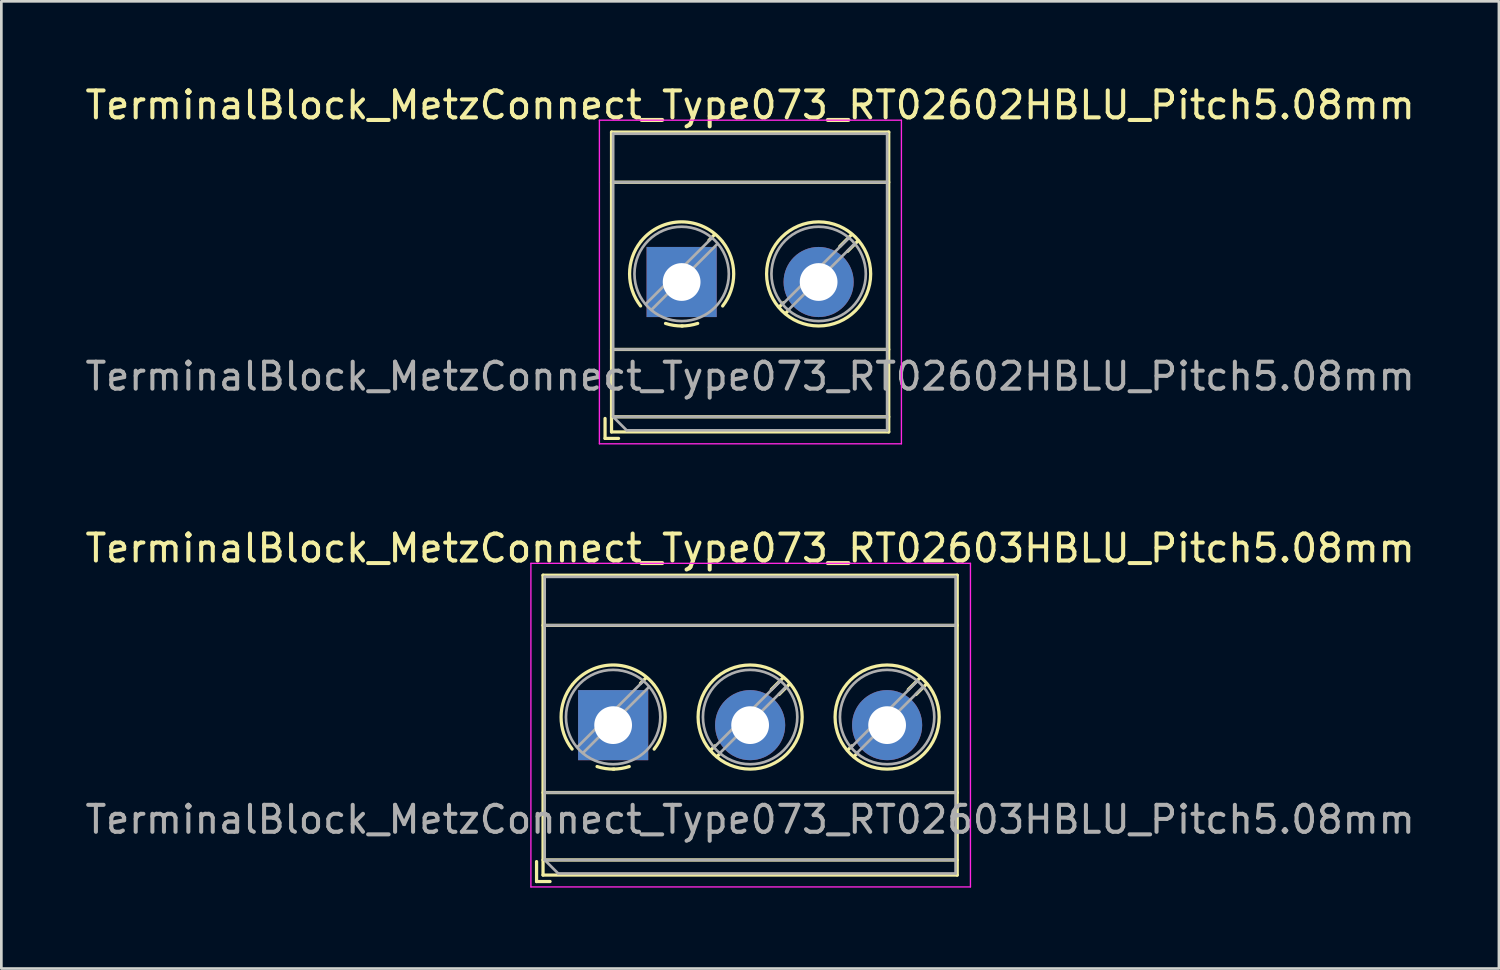
<source format=kicad_pcb>
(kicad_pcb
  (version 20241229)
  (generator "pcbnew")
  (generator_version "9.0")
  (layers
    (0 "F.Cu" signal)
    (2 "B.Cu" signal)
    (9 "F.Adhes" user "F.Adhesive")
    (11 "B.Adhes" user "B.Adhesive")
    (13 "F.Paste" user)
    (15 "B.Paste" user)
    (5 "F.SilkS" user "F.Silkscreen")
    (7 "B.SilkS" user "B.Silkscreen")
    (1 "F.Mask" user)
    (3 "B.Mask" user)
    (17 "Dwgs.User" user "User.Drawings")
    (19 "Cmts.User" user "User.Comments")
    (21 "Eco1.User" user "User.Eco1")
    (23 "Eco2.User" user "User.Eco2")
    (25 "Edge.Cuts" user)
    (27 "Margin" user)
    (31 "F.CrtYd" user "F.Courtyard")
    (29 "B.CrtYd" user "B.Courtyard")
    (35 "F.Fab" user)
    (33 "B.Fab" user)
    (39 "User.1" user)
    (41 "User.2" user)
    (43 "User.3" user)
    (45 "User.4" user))
  (footprint "TerminalBlock_MetzConnect_Type073_RT02602HBLU_Pitch5.08mm"
    (layer "F.Cu")
    (at 22.228 7.408)
    (property "Reference" "TerminalBlock_MetzConnect_Type073_RT02602HBLU_Pitch5.08mm" (at 2.54 -6.56 0) (layer "F.SilkS") (effects (font (size 1 1) (thickness 0.15))))
    (attr through_hole)
    (fp_line (start -2.84 5.06) (end -2.84 5.8) (stroke (width 0.12) (type solid)) (layer "F.SilkS"))
    (fp_line (start -2.84 5.8) (end -2.34 5.8) (stroke (width 0.12) (type solid)) (layer "F.SilkS"))
    (fp_line (start -2.6 -5.56) (end -2.6 5.56) (stroke (width 0.12) (type solid)) (layer "F.SilkS"))
    (fp_line (start -2.6 -3.7) (end 7.68 -3.7) (stroke (width 0.12) (type solid)) (layer "F.SilkS"))
    (fp_line (start -2.6 2.5) (end 7.68 2.5) (stroke (width 0.12) (type solid)) (layer "F.SilkS"))
    (fp_line (start -2.6 5) (end 7.68 5) (stroke (width 0.12) (type solid)) (layer "F.SilkS"))
    (fp_line (start -2.6 5.56) (end 7.68 5.56) (stroke (width 0.12) (type solid)) (layer "F.SilkS"))
    (fp_line (start 1.229 -1.764) (end 1.013 -1.549) (stroke (width 0.12) (type solid)) (layer "F.SilkS"))
    (fp_line (start 3.778 0.767) (end 3.617 0.928) (stroke (width 0.12) (type solid)) (layer "F.SilkS"))
    (fp_line (start 3.973 1.043) (end 3.852 1.164) (stroke (width 0.12) (type solid)) (layer "F.SilkS"))
    (fp_line (start 6.309 -1.764) (end 5.865 -1.32) (stroke (width 0.12) (type solid)) (layer "F.SilkS"))
    (fp_line (start 6.544 -1.529) (end 6.154 -1.138) (stroke (width 0.12) (type solid)) (layer "F.SilkS"))
    (fp_line (start 7.68 -5.56) (end -2.6 -5.56) (stroke (width 0.12) (type solid)) (layer "F.SilkS"))
    (fp_line (start 7.68 5.56) (end 7.68 -5.56) (stroke (width 0.12) (type solid)) (layer "F.SilkS"))
    (fp_arc (start -1.521645 0.888175) (mid -1.930586 -0.300524) (end -1.521 -1.489) (stroke (width 0.12) (type solid)) (layer "F.SilkS"))
    (fp_arc (start -1.500317 -1.514609) (mid -0.000252 -2.230344) (end 1.5 -1.515) (stroke (width 0.12) (type solid)) (layer "F.SilkS"))
    (fp_arc (start 0.033269 1.630336) (mid -0.285785 1.609354) (end -0.597 1.536) (stroke (width 0.12) (type solid)) (layer "F.SilkS"))
    (fp_arc (start 0.596403 1.535539) (mid 0.301919 1.606238) (end 0 1.63) (stroke (width 0.12) (type solid)) (layer "F.SilkS"))
    (fp_arc (start 1.521645 -1.488175) (mid 1.930586 -0.299476) (end 1.521 0.889) (stroke (width 0.12) (type solid)) (layer "F.SilkS"))
    (fp_circle (center 5.08 -0.3) (end 7.01 -0.3) (stroke (width 0.12) (type solid)) (fill no) (layer "F.SilkS"))
    (fp_line (start -3.05 -6) (end -3.05 6) (stroke (width 0.05) (type solid)) (layer "F.CrtYd"))
    (fp_line (start -3.05 6) (end 8.15 6) (stroke (width 0.05) (type solid)) (layer "F.CrtYd"))
    (fp_line (start 8.15 -6) (end -3.05 -6) (stroke (width 0.05) (type solid)) (layer "F.CrtYd"))
    (fp_line (start 8.15 6) (end 8.15 -6) (stroke (width 0.05) (type solid)) (layer "F.CrtYd"))
    (fp_line (start -2.54 -5.5) (end 7.62 -5.5) (stroke (width 0.1) (type solid)) (layer "F.Fab"))
    (fp_line (start -2.54 -3.7) (end 7.62 -3.7) (stroke (width 0.1) (type solid)) (layer "F.Fab"))
    (fp_line (start -2.54 2.5) (end 7.62 2.5) (stroke (width 0.1) (type solid)) (layer "F.Fab"))
    (fp_line (start -2.54 5) (end -2.54 -5.5) (stroke (width 0.1) (type solid)) (layer "F.Fab"))
    (fp_line (start -2.54 5) (end 7.62 5) (stroke (width 0.1) (type solid)) (layer "F.Fab"))
    (fp_line (start -2.04 5.5) (end -2.54 5) (stroke (width 0.1) (type solid)) (layer "F.Fab"))
    (fp_line (start 1.114 -1.628) (end -1.328 0.814) (stroke (width 0.1) (type solid)) (layer "F.Fab"))
    (fp_line (start 1.328 -1.414) (end -1.114 1.027) (stroke (width 0.1) (type solid)) (layer "F.Fab"))
    (fp_line (start 6.194 -1.628) (end 3.753 0.814) (stroke (width 0.1) (type solid)) (layer "F.Fab"))
    (fp_line (start 6.408 -1.414) (end 3.967 1.027) (stroke (width 0.1) (type solid)) (layer "F.Fab"))
    (fp_line (start 7.62 -5.5) (end 7.62 5.5) (stroke (width 0.1) (type solid)) (layer "F.Fab"))
    (fp_line (start 7.62 5.5) (end -2.04 5.5) (stroke (width 0.1) (type solid)) (layer "F.Fab"))
    (fp_circle (center 0 -0.3) (end 1.75 -0.3) (stroke (width 0.1) (type solid)) (fill no) (layer "F.Fab"))
    (fp_circle (center 5.08 -0.3) (end 6.83 -0.3) (stroke (width 0.1) (type solid)) (fill no) (layer "F.Fab"))
    (fp_text user "${REFERENCE}" (at 2.54 3.5 0) (layer "F.Fab") (effects (font (size 1 1) (thickness 0.15))))
    (pad "1" thru_hole rect (at 0 0) (size 2.6 2.6) (drill 1.4) (layers "*.Cu" "*.Mask"))
    (pad "2" thru_hole oval (at 5.08 0) (size 2.6 2.6) (drill 1.4) (layers "*.Cu" "*.Mask")))
  (footprint "TerminalBlock_MetzConnect_Type073_RT02603HBLU_Pitch5.08mm"
    (layer "F.Cu")
    (at 19.688 23.841)
    (property "Reference" "TerminalBlock_MetzConnect_Type073_RT02603HBLU_Pitch5.08mm" (at 5.08 -6.56 0) (layer "F.SilkS") (effects (font (size 1 1) (thickness 0.15))))
    (attr through_hole)
    (fp_line (start -2.84 5.06) (end -2.84 5.8) (stroke (width 0.12) (type solid)) (layer "F.SilkS"))
    (fp_line (start -2.84 5.8) (end -2.34 5.8) (stroke (width 0.12) (type solid)) (layer "F.SilkS"))
    (fp_line (start -2.6 -5.56) (end -2.6 5.56) (stroke (width 0.12) (type solid)) (layer "F.SilkS"))
    (fp_line (start -2.6 -3.7) (end 12.76 -3.7) (stroke (width 0.12) (type solid)) (layer "F.SilkS"))
    (fp_line (start -2.6 2.5) (end 12.76 2.5) (stroke (width 0.12) (type solid)) (layer "F.SilkS"))
    (fp_line (start -2.6 5) (end 12.76 5) (stroke (width 0.12) (type solid)) (layer "F.SilkS"))
    (fp_line (start -2.6 5.56) (end 12.76 5.56) (stroke (width 0.12) (type solid)) (layer "F.SilkS"))
    (fp_line (start 1.229 -1.764) (end 1.013 -1.549) (stroke (width 0.12) (type solid)) (layer "F.SilkS"))
    (fp_line (start 3.778 0.767) (end 3.617 0.928) (stroke (width 0.12) (type solid)) (layer "F.SilkS"))
    (fp_line (start 3.973 1.043) (end 3.852 1.164) (stroke (width 0.12) (type solid)) (layer "F.SilkS"))
    (fp_line (start 6.309 -1.764) (end 5.865 -1.32) (stroke (width 0.12) (type solid)) (layer "F.SilkS"))
    (fp_line (start 6.544 -1.529) (end 6.154 -1.138) (stroke (width 0.12) (type solid)) (layer "F.SilkS"))
    (fp_line (start 8.858 0.767) (end 8.697 0.928) (stroke (width 0.12) (type solid)) (layer "F.SilkS"))
    (fp_line (start 9.053 1.043) (end 8.932 1.164) (stroke (width 0.12) (type solid)) (layer "F.SilkS"))
    (fp_line (start 11.389 -1.764) (end 10.945 -1.32) (stroke (width 0.12) (type solid)) (layer "F.SilkS"))
    (fp_line (start 11.624 -1.529) (end 11.234 -1.138) (stroke (width 0.12) (type solid)) (layer "F.SilkS"))
    (fp_line (start 12.76 -5.56) (end -2.6 -5.56) (stroke (width 0.12) (type solid)) (layer "F.SilkS"))
    (fp_line (start 12.76 5.56) (end 12.76 -5.56) (stroke (width 0.12) (type solid)) (layer "F.SilkS"))
    (fp_arc (start -1.521645 0.888175) (mid -1.930586 -0.300524) (end -1.521 -1.489) (stroke (width 0.12) (type solid)) (layer "F.SilkS"))
    (fp_arc (start -1.500317 -1.514609) (mid -0.000252 -2.230344) (end 1.5 -1.515) (stroke (width 0.12) (type solid)) (layer "F.SilkS"))
    (fp_arc (start 0.033269 1.630336) (mid -0.285785 1.609354) (end -0.597 1.536) (stroke (width 0.12) (type solid)) (layer "F.SilkS"))
    (fp_arc (start 0.596403 1.535539) (mid 0.301919 1.606238) (end 0 1.63) (stroke (width 0.12) (type solid)) (layer "F.SilkS"))
    (fp_arc (start 1.521645 -1.488175) (mid 1.930586 -0.299476) (end 1.521 0.889) (stroke (width 0.12) (type solid)) (layer "F.SilkS"))
    (fp_circle (center 5.08 -0.3) (end 7.01 -0.3) (stroke (width 0.12) (type solid)) (fill no) (layer "F.SilkS"))
    (fp_circle (center 10.16 -0.3) (end 12.09 -0.3) (stroke (width 0.12) (type solid)) (fill no) (layer "F.SilkS"))
    (fp_line (start -3.05 -6) (end -3.05 6) (stroke (width 0.05) (type solid)) (layer "F.CrtYd"))
    (fp_line (start -3.05 6) (end 13.25 6) (stroke (width 0.05) (type solid)) (layer "F.CrtYd"))
    (fp_line (start 13.25 -6) (end -3.05 -6) (stroke (width 0.05) (type solid)) (layer "F.CrtYd"))
    (fp_line (start 13.25 6) (end 13.25 -6) (stroke (width 0.05) (type solid)) (layer "F.CrtYd"))
    (fp_line (start -2.54 -5.5) (end 12.7 -5.5) (stroke (width 0.1) (type solid)) (layer "F.Fab"))
    (fp_line (start -2.54 -3.7) (end 12.7 -3.7) (stroke (width 0.1) (type solid)) (layer "F.Fab"))
    (fp_line (start -2.54 2.5) (end 12.7 2.5) (stroke (width 0.1) (type solid)) (layer "F.Fab"))
    (fp_line (start -2.54 5) (end -2.54 -5.5) (stroke (width 0.1) (type solid)) (layer "F.Fab"))
    (fp_line (start -2.54 5) (end 12.7 5) (stroke (width 0.1) (type solid)) (layer "F.Fab"))
    (fp_line (start -2.04 5.5) (end -2.54 5) (stroke (width 0.1) (type solid)) (layer "F.Fab"))
    (fp_line (start 1.114 -1.628) (end -1.328 0.814) (stroke (width 0.1) (type solid)) (layer "F.Fab"))
    (fp_line (start 1.328 -1.414) (end -1.114 1.027) (stroke (width 0.1) (type solid)) (layer "F.Fab"))
    (fp_line (start 6.194 -1.628) (end 3.753 0.814) (stroke (width 0.1) (type solid)) (layer "F.Fab"))
    (fp_line (start 6.408 -1.414) (end 3.967 1.027) (stroke (width 0.1) (type solid)) (layer "F.Fab"))
    (fp_line (start 11.274 -1.628) (end 8.833 0.814) (stroke (width 0.1) (type solid)) (layer "F.Fab"))
    (fp_line (start 11.488 -1.414) (end 9.047 1.027) (stroke (width 0.1) (type solid)) (layer "F.Fab"))
    (fp_line (start 12.7 -5.5) (end 12.7 5.5) (stroke (width 0.1) (type solid)) (layer "F.Fab"))
    (fp_line (start 12.7 5.5) (end -2.04 5.5) (stroke (width 0.1) (type solid)) (layer "F.Fab"))
    (fp_circle (center 0 -0.3) (end 1.75 -0.3) (stroke (width 0.1) (type solid)) (fill no) (layer "F.Fab"))
    (fp_circle (center 5.08 -0.3) (end 6.83 -0.3) (stroke (width 0.1) (type solid)) (fill no) (layer "F.Fab"))
    (fp_circle (center 10.16 -0.3) (end 11.91 -0.3) (stroke (width 0.1) (type solid)) (fill no) (layer "F.Fab"))
    (fp_text user "${REFERENCE}" (at 5.08 3.5 0) (layer "F.Fab") (effects (font (size 1 1) (thickness 0.15))))
    (pad "1" thru_hole rect (at 0 0) (size 2.6 2.6) (drill 1.4) (layers "*.Cu" "*.Mask"))
    (pad "2" thru_hole oval (at 5.08 0) (size 2.6 2.6) (drill 1.4) (layers "*.Cu" "*.Mask"))
    (pad "3" thru_hole oval (at 10.16 0) (size 2.6 2.6) (drill 1.4) (layers "*.Cu" "*.Mask")))
  (gr_rect
    (start -3 -3)
    (end 52.536 32.867)
    (stroke (width 0.1) (type default))
    (fill no)
    (layer "Edge.Cuts")))
</source>
